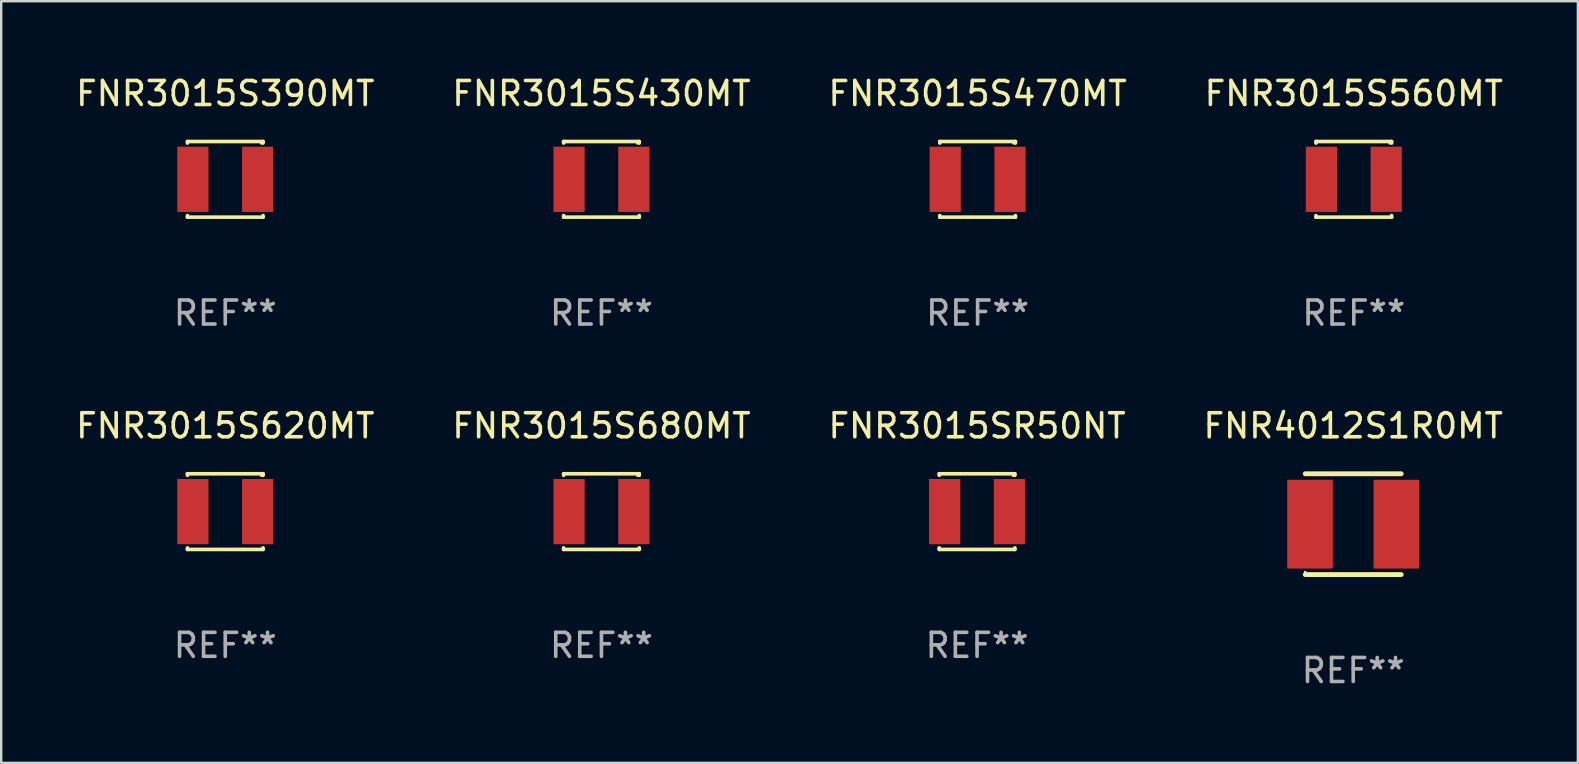
<source format=kicad_pcb>
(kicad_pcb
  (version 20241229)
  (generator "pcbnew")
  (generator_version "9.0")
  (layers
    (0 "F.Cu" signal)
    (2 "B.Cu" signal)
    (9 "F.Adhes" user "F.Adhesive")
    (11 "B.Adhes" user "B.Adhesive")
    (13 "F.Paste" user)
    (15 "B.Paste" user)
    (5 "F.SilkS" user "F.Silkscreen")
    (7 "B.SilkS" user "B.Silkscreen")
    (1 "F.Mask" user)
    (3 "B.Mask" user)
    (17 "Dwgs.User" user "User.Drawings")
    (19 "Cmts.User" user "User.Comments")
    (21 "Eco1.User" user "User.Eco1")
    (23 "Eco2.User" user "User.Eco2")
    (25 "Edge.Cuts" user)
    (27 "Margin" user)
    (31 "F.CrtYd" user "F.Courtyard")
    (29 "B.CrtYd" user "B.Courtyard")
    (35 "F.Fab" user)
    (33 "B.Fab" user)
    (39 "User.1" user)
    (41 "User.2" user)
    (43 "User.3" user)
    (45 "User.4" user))
  (footprint "FNR4012S1R0MT"
    (layer "F.Cu")
    (at 53.351 18.797)
    (property "Reference" "FNR4012S1R0MT" (at 0 -4.1 0) (layer "F.SilkS") (effects (font (size 1 1) (thickness 0.15))))
    (attr through_hole)
    (fp_line (start -2 -2.1) (end 2 -2.1) (stroke (width 0.203) (type solid)) (layer "F.SilkS"))
    (fp_line (start -2 2.1) (end 2 2.1) (stroke (width 0.203) (type solid)) (layer "F.SilkS"))
    (fp_circle (center -2.002 2) (end -1.972 2) (stroke (width 0.06) (type solid)) (fill no) (layer "F.SilkS"))
    (fp_text user "REF**" (at 0 6.1 0) (layer "F.Fab") (effects (font (size 1 1) (thickness 0.15))))
    (pad "1" smd rect (at -1.8 0) (size 1.9 3.7) (layers "F.Cu" "F.Mask" "F.Paste"))
    (pad "2" smd rect (at 1.8 0) (size 1.9 3.7) (layers "F.Cu" "F.Mask" "F.Paste")))
  (footprint "FNR3015SR50NT"
    (layer "F.Cu")
    (at 37.673 18.273)
    (property "Reference" "FNR3015SR50NT" (at 0 -3.576 0) (layer "F.SilkS") (effects (font (size 1 1) (thickness 0.15))))
    (attr through_hole)
    (fp_line (start -1.576 -1.576) (end 1.576 -1.576) (stroke (width 0.152) (type solid)) (layer "F.SilkS"))
    (fp_line (start -1.576 -1.512) (end -1.576 -1.576) (stroke (width 0.152) (type solid)) (layer "F.SilkS"))
    (fp_line (start -1.576 1.512) (end -1.576 1.576) (stroke (width 0.152) (type solid)) (layer "F.SilkS"))
    (fp_line (start -1.576 1.576) (end 1.576 1.576) (stroke (width 0.152) (type solid)) (layer "F.SilkS"))
    (fp_line (start 1.576 -1.576) (end 1.576 -1.512) (stroke (width 0.152) (type solid)) (layer "F.SilkS"))
    (fp_line (start 1.576 1.576) (end 1.576 1.512) (stroke (width 0.152) (type solid)) (layer "F.SilkS"))
    (fp_circle (center 1.5 -1.5) (end 1.53 -1.5) (stroke (width 0.06) (type solid)) (fill no) (layer "F.SilkS"))
    (fp_text user "REF**" (at 0 5.576 0) (layer "F.Fab") (effects (font (size 1 1) (thickness 0.15))))
    (pad "1" smd rect (at 1.35 0) (size 1.3 2.72) (layers "F.Cu" "F.Mask" "F.Paste"))
    (pad "2" smd rect (at -1.35 0) (size 1.3 2.72) (layers "F.Cu" "F.Mask" "F.Paste")))
  (footprint "FNR3015S430MT"
    (layer "F.Cu")
    (at 22.018 4.424)
    (property "Reference" "FNR3015S430MT" (at 0 -3.576 0) (layer "F.SilkS") (effects (font (size 1 1) (thickness 0.15))))
    (attr through_hole)
    (fp_line (start -1.576 -1.576) (end 1.576 -1.576) (stroke (width 0.152) (type solid)) (layer "F.SilkS"))
    (fp_line (start -1.576 -1.512) (end -1.576 -1.576) (stroke (width 0.152) (type solid)) (layer "F.SilkS"))
    (fp_line (start -1.576 1.512) (end -1.576 1.576) (stroke (width 0.152) (type solid)) (layer "F.SilkS"))
    (fp_line (start -1.576 1.576) (end 1.576 1.576) (stroke (width 0.152) (type solid)) (layer "F.SilkS"))
    (fp_line (start 1.576 -1.576) (end 1.576 -1.512) (stroke (width 0.152) (type solid)) (layer "F.SilkS"))
    (fp_line (start 1.576 1.576) (end 1.576 1.512) (stroke (width 0.152) (type solid)) (layer "F.SilkS"))
    (fp_circle (center 1.5 -1.5) (end 1.53 -1.5) (stroke (width 0.06) (type solid)) (fill no) (layer "F.SilkS"))
    (fp_text user "REF**" (at 0 5.576 0) (layer "F.Fab") (effects (font (size 1 1) (thickness 0.15))))
    (pad "1" smd rect (at 1.35 0) (size 1.3 2.72) (layers "F.Cu" "F.Mask" "F.Paste"))
    (pad "2" smd rect (at -1.35 0) (size 1.3 2.72) (layers "F.Cu" "F.Mask" "F.Paste")))
  (footprint "FNR3015S390MT"
    (layer "F.Cu")
    (at 6.339 4.424)
    (property "Reference" "FNR3015S390MT" (at 0 -3.576 0) (layer "F.SilkS") (effects (font (size 1 1) (thickness 0.15))))
    (attr through_hole)
    (fp_line (start -1.576 -1.576) (end 1.576 -1.576) (stroke (width 0.152) (type solid)) (layer "F.SilkS"))
    (fp_line (start -1.576 -1.512) (end -1.576 -1.576) (stroke (width 0.152) (type solid)) (layer "F.SilkS"))
    (fp_line (start -1.576 1.512) (end -1.576 1.576) (stroke (width 0.152) (type solid)) (layer "F.SilkS"))
    (fp_line (start -1.576 1.576) (end 1.576 1.576) (stroke (width 0.152) (type solid)) (layer "F.SilkS"))
    (fp_line (start 1.576 -1.576) (end 1.576 -1.512) (stroke (width 0.152) (type solid)) (layer "F.SilkS"))
    (fp_line (start 1.576 1.576) (end 1.576 1.512) (stroke (width 0.152) (type solid)) (layer "F.SilkS"))
    (fp_circle (center 1.5 -1.5) (end 1.53 -1.5) (stroke (width 0.06) (type solid)) (fill no) (layer "F.SilkS"))
    (fp_text user "REF**" (at 0 5.576 0) (layer "F.Fab") (effects (font (size 1 1) (thickness 0.15))))
    (pad "1" smd rect (at 1.35 0) (size 1.3 2.72) (layers "F.Cu" "F.Mask" "F.Paste"))
    (pad "2" smd rect (at -1.35 0) (size 1.3 2.72) (layers "F.Cu" "F.Mask" "F.Paste")))
  (footprint "FNR3015S560MT"
    (layer "F.Cu")
    (at 53.375 4.424)
    (property "Reference" "FNR3015S560MT" (at 0 -3.576 0) (layer "F.SilkS") (effects (font (size 1 1) (thickness 0.15))))
    (attr through_hole)
    (fp_line (start -1.576 -1.576) (end 1.576 -1.576) (stroke (width 0.152) (type solid)) (layer "F.SilkS"))
    (fp_line (start -1.576 -1.512) (end -1.576 -1.576) (stroke (width 0.152) (type solid)) (layer "F.SilkS"))
    (fp_line (start -1.576 1.512) (end -1.576 1.576) (stroke (width 0.152) (type solid)) (layer "F.SilkS"))
    (fp_line (start -1.576 1.576) (end 1.576 1.576) (stroke (width 0.152) (type solid)) (layer "F.SilkS"))
    (fp_line (start 1.576 -1.576) (end 1.576 -1.512) (stroke (width 0.152) (type solid)) (layer "F.SilkS"))
    (fp_line (start 1.576 1.576) (end 1.576 1.512) (stroke (width 0.152) (type solid)) (layer "F.SilkS"))
    (fp_circle (center 1.5 -1.5) (end 1.53 -1.5) (stroke (width 0.06) (type solid)) (fill no) (layer "F.SilkS"))
    (fp_text user "REF**" (at 0 5.576 0) (layer "F.Fab") (effects (font (size 1 1) (thickness 0.15))))
    (pad "1" smd rect (at 1.35 0) (size 1.3 2.72) (layers "F.Cu" "F.Mask" "F.Paste"))
    (pad "2" smd rect (at -1.35 0) (size 1.3 2.72) (layers "F.Cu" "F.Mask" "F.Paste")))
  (footprint "FNR3015S680MT"
    (layer "F.Cu")
    (at 22.018 18.273)
    (property "Reference" "FNR3015S680MT" (at 0 -3.576 0) (layer "F.SilkS") (effects (font (size 1 1) (thickness 0.15))))
    (attr through_hole)
    (fp_line (start -1.576 -1.576) (end 1.576 -1.576) (stroke (width 0.152) (type solid)) (layer "F.SilkS"))
    (fp_line (start -1.576 -1.512) (end -1.576 -1.576) (stroke (width 0.152) (type solid)) (layer "F.SilkS"))
    (fp_line (start -1.576 1.512) (end -1.576 1.576) (stroke (width 0.152) (type solid)) (layer "F.SilkS"))
    (fp_line (start -1.576 1.576) (end 1.576 1.576) (stroke (width 0.152) (type solid)) (layer "F.SilkS"))
    (fp_line (start 1.576 -1.576) (end 1.576 -1.512) (stroke (width 0.152) (type solid)) (layer "F.SilkS"))
    (fp_line (start 1.576 1.576) (end 1.576 1.512) (stroke (width 0.152) (type solid)) (layer "F.SilkS"))
    (fp_circle (center 1.5 -1.5) (end 1.53 -1.5) (stroke (width 0.06) (type solid)) (fill no) (layer "F.SilkS"))
    (fp_text user "REF**" (at 0 5.576 0) (layer "F.Fab") (effects (font (size 1 1) (thickness 0.15))))
    (pad "1" smd rect (at 1.35 0) (size 1.3 2.72) (layers "F.Cu" "F.Mask" "F.Paste"))
    (pad "2" smd rect (at -1.35 0) (size 1.3 2.72) (layers "F.Cu" "F.Mask" "F.Paste")))
  (footprint "FNR3015S470MT"
    (layer "F.Cu")
    (at 37.696 4.424)
    (property "Reference" "FNR3015S470MT" (at 0 -3.576 0) (layer "F.SilkS") (effects (font (size 1 1) (thickness 0.15))))
    (attr through_hole)
    (fp_line (start -1.576 -1.576) (end 1.576 -1.576) (stroke (width 0.152) (type solid)) (layer "F.SilkS"))
    (fp_line (start -1.576 -1.512) (end -1.576 -1.576) (stroke (width 0.152) (type solid)) (layer "F.SilkS"))
    (fp_line (start -1.576 1.512) (end -1.576 1.576) (stroke (width 0.152) (type solid)) (layer "F.SilkS"))
    (fp_line (start -1.576 1.576) (end 1.576 1.576) (stroke (width 0.152) (type solid)) (layer "F.SilkS"))
    (fp_line (start 1.576 -1.576) (end 1.576 -1.512) (stroke (width 0.152) (type solid)) (layer "F.SilkS"))
    (fp_line (start 1.576 1.576) (end 1.576 1.512) (stroke (width 0.152) (type solid)) (layer "F.SilkS"))
    (fp_circle (center 1.5 -1.5) (end 1.53 -1.5) (stroke (width 0.06) (type solid)) (fill no) (layer "F.SilkS"))
    (fp_text user "REF**" (at 0 5.576 0) (layer "F.Fab") (effects (font (size 1 1) (thickness 0.15))))
    (pad "1" smd rect (at 1.35 0) (size 1.3 2.72) (layers "F.Cu" "F.Mask" "F.Paste"))
    (pad "2" smd rect (at -1.35 0) (size 1.3 2.72) (layers "F.Cu" "F.Mask" "F.Paste")))
  (footprint "FNR3015S620MT"
    (layer "F.Cu")
    (at 6.339 18.273)
    (property "Reference" "FNR3015S620MT" (at 0 -3.576 0) (layer "F.SilkS") (effects (font (size 1 1) (thickness 0.15))))
    (attr through_hole)
    (fp_line (start -1.576 -1.576) (end 1.576 -1.576) (stroke (width 0.152) (type solid)) (layer "F.SilkS"))
    (fp_line (start -1.576 -1.512) (end -1.576 -1.576) (stroke (width 0.152) (type solid)) (layer "F.SilkS"))
    (fp_line (start -1.576 1.512) (end -1.576 1.576) (stroke (width 0.152) (type solid)) (layer "F.SilkS"))
    (fp_line (start -1.576 1.576) (end 1.576 1.576) (stroke (width 0.152) (type solid)) (layer "F.SilkS"))
    (fp_line (start 1.576 -1.576) (end 1.576 -1.512) (stroke (width 0.152) (type solid)) (layer "F.SilkS"))
    (fp_line (start 1.576 1.576) (end 1.576 1.512) (stroke (width 0.152) (type solid)) (layer "F.SilkS"))
    (fp_circle (center 1.5 -1.5) (end 1.53 -1.5) (stroke (width 0.06) (type solid)) (fill no) (layer "F.SilkS"))
    (fp_text user "REF**" (at 0 5.576 0) (layer "F.Fab") (effects (font (size 1 1) (thickness 0.15))))
    (pad "1" smd rect (at 1.35 0) (size 1.3 2.72) (layers "F.Cu" "F.Mask" "F.Paste"))
    (pad "2" smd rect (at -1.35 0) (size 1.3 2.72) (layers "F.Cu" "F.Mask" "F.Paste")))
  (gr_rect
    (start -3 -3)
    (end 62.714 28.745)
    (stroke (width 0.1) (type default))
    (fill no)
    (layer "Edge.Cuts")))
</source>
